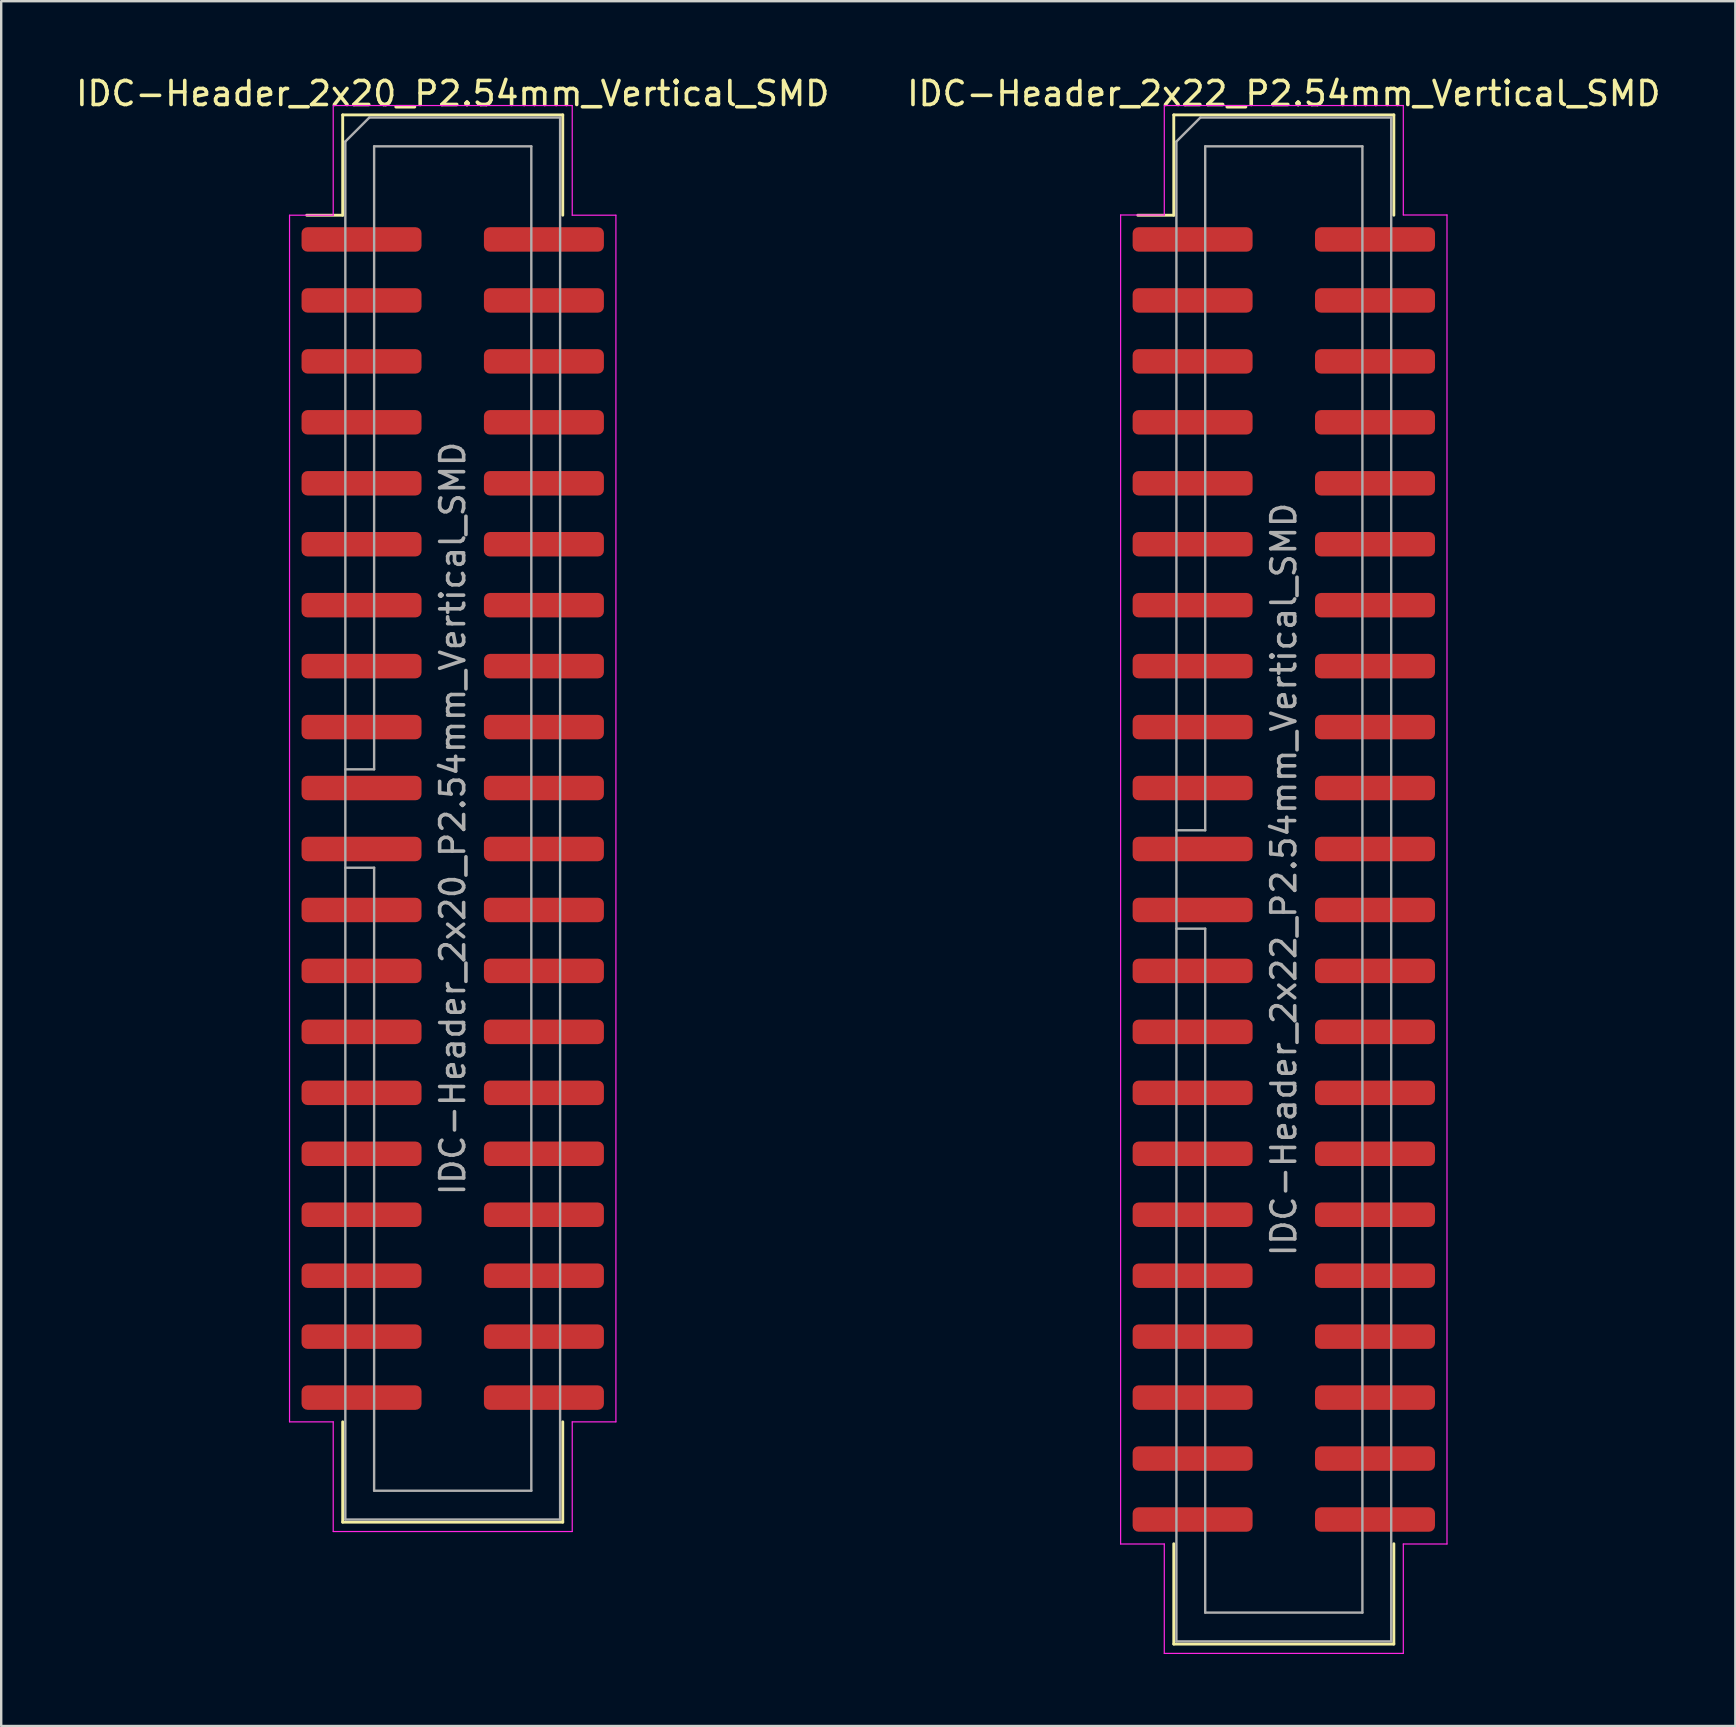
<source format=kicad_pcb>
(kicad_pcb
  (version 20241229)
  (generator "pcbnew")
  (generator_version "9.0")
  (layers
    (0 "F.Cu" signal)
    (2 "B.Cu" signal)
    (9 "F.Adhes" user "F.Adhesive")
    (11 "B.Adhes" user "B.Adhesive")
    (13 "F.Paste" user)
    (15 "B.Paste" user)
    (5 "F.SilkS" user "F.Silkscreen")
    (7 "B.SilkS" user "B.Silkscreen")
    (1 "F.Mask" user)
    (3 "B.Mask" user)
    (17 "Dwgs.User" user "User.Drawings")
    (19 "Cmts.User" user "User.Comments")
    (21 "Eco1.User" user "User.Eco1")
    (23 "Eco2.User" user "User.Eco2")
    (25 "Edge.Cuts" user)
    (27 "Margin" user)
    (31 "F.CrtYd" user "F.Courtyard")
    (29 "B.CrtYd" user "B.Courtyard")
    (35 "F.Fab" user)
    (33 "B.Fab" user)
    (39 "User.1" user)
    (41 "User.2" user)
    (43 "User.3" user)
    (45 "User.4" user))
  (footprint "IDC-Header_2x20_P2.54mm_Vertical_SMD"
    (layer "F.Cu")
    (at 15.815 31.058)
    (property "Reference" "IDC-Header_2x20_P2.54mm_Vertical_SMD" (at 0 -30.21 0) (layer "F.SilkS") (effects (font (size 1 1) (thickness 0.15))))
    (attr smd)
    (fp_line (start -4.585 -29.32) (end 4.585 -29.32) (stroke (width 0.12) (type solid)) (layer "F.SilkS"))
    (fp_line (start -4.585 -25.14) (end -6.085 -25.14) (stroke (width 0.12) (type solid)) (layer "F.SilkS"))
    (fp_line (start -4.585 -25.14) (end -4.585 -29.32) (stroke (width 0.12) (type solid)) (layer "F.SilkS"))
    (fp_line (start -4.585 25.14) (end -4.585 29.32) (stroke (width 0.12) (type solid)) (layer "F.SilkS"))
    (fp_line (start -4.585 29.32) (end 4.585 29.32) (stroke (width 0.12) (type solid)) (layer "F.SilkS"))
    (fp_line (start 4.585 -29.32) (end 4.585 -25.14) (stroke (width 0.12) (type solid)) (layer "F.SilkS"))
    (fp_line (start 4.585 29.32) (end 4.585 25.14) (stroke (width 0.12) (type solid)) (layer "F.SilkS"))
    (fp_line (start -6.8 -25.14) (end -6.8 25.14) (stroke (width 0.05) (type solid)) (layer "F.CrtYd"))
    (fp_line (start -6.8 25.14) (end -4.98 25.14) (stroke (width 0.05) (type solid)) (layer "F.CrtYd"))
    (fp_line (start -4.98 -29.71) (end -4.98 -25.14) (stroke (width 0.05) (type solid)) (layer "F.CrtYd"))
    (fp_line (start -4.98 -25.14) (end -6.8 -25.14) (stroke (width 0.05) (type solid)) (layer "F.CrtYd"))
    (fp_line (start -4.98 25.14) (end -4.98 29.71) (stroke (width 0.05) (type solid)) (layer "F.CrtYd"))
    (fp_line (start -4.98 29.71) (end 4.98 29.71) (stroke (width 0.05) (type solid)) (layer "F.CrtYd"))
    (fp_line (start 4.98 -29.71) (end -4.98 -29.71) (stroke (width 0.05) (type solid)) (layer "F.CrtYd"))
    (fp_line (start 4.98 -25.14) (end 4.98 -29.71) (stroke (width 0.05) (type solid)) (layer "F.CrtYd"))
    (fp_line (start 4.98 25.14) (end 6.8 25.14) (stroke (width 0.05) (type solid)) (layer "F.CrtYd"))
    (fp_line (start 4.98 29.71) (end 4.98 25.14) (stroke (width 0.05) (type solid)) (layer "F.CrtYd"))
    (fp_line (start 6.8 -25.14) (end 4.98 -25.14) (stroke (width 0.05) (type solid)) (layer "F.CrtYd"))
    (fp_line (start 6.8 25.14) (end 6.8 -25.14) (stroke (width 0.05) (type solid)) (layer "F.CrtYd"))
    (fp_line (start -4.475 -28.21) (end -3.475 -29.21) (stroke (width 0.1) (type solid)) (layer "F.Fab"))
    (fp_line (start -4.475 -2.05) (end -3.275 -2.05) (stroke (width 0.1) (type solid)) (layer "F.Fab"))
    (fp_line (start -4.475 29.21) (end -4.475 -28.21) (stroke (width 0.1) (type solid)) (layer "F.Fab"))
    (fp_line (start -3.475 -29.21) (end 4.475 -29.21) (stroke (width 0.1) (type solid)) (layer "F.Fab"))
    (fp_line (start -3.275 -28.01) (end 3.275 -28.01) (stroke (width 0.1) (type solid)) (layer "F.Fab"))
    (fp_line (start -3.275 -2.05) (end -3.275 -28.01) (stroke (width 0.1) (type solid)) (layer "F.Fab"))
    (fp_line (start -3.275 2.05) (end -4.475 2.05) (stroke (width 0.1) (type solid)) (layer "F.Fab"))
    (fp_line (start -3.275 28.01) (end -3.275 2.05) (stroke (width 0.1) (type solid)) (layer "F.Fab"))
    (fp_line (start 3.275 -28.01) (end 3.275 28.01) (stroke (width 0.1) (type solid)) (layer "F.Fab"))
    (fp_line (start 3.275 28.01) (end -3.275 28.01) (stroke (width 0.1) (type solid)) (layer "F.Fab"))
    (fp_line (start 4.475 -29.21) (end 4.475 29.21) (stroke (width 0.1) (type solid)) (layer "F.Fab"))
    (fp_line (start 4.475 29.21) (end -4.475 29.21) (stroke (width 0.1) (type solid)) (layer "F.Fab"))
    (fp_text user "${REFERENCE}" (at 0 0 90) (layer "F.Fab") (effects (font (size 1 1) (thickness 0.15))))
    (pad "1" smd roundrect (at -3.8 -24.13) (size 5 1.02) (layers "F.Cu" "F.Mask" "F.Paste") (roundrect_rratio 0.245))
    (pad "2" smd roundrect (at 3.8 -24.13) (size 5 1.02) (layers "F.Cu" "F.Mask" "F.Paste") (roundrect_rratio 0.245))
    (pad "3" smd roundrect (at -3.8 -21.59) (size 5 1.02) (layers "F.Cu" "F.Mask" "F.Paste") (roundrect_rratio 0.245))
    (pad "4" smd roundrect (at 3.8 -21.59) (size 5 1.02) (layers "F.Cu" "F.Mask" "F.Paste") (roundrect_rratio 0.245))
    (pad "5" smd roundrect (at -3.8 -19.05) (size 5 1.02) (layers "F.Cu" "F.Mask" "F.Paste") (roundrect_rratio 0.245))
    (pad "6" smd roundrect (at 3.8 -19.05) (size 5 1.02) (layers "F.Cu" "F.Mask" "F.Paste") (roundrect_rratio 0.245))
    (pad "7" smd roundrect (at -3.8 -16.51) (size 5 1.02) (layers "F.Cu" "F.Mask" "F.Paste") (roundrect_rratio 0.245))
    (pad "8" smd roundrect (at 3.8 -16.51) (size 5 1.02) (layers "F.Cu" "F.Mask" "F.Paste") (roundrect_rratio 0.245))
    (pad "9" smd roundrect (at -3.8 -13.97) (size 5 1.02) (layers "F.Cu" "F.Mask" "F.Paste") (roundrect_rratio 0.245))
    (pad "10" smd roundrect (at 3.8 -13.97) (size 5 1.02) (layers "F.Cu" "F.Mask" "F.Paste") (roundrect_rratio 0.245))
    (pad "11" smd roundrect (at -3.8 -11.43) (size 5 1.02) (layers "F.Cu" "F.Mask" "F.Paste") (roundrect_rratio 0.245))
    (pad "12" smd roundrect (at 3.8 -11.43) (size 5 1.02) (layers "F.Cu" "F.Mask" "F.Paste") (roundrect_rratio 0.245))
    (pad "13" smd roundrect (at -3.8 -8.89) (size 5 1.02) (layers "F.Cu" "F.Mask" "F.Paste") (roundrect_rratio 0.245))
    (pad "14" smd roundrect (at 3.8 -8.89) (size 5 1.02) (layers "F.Cu" "F.Mask" "F.Paste") (roundrect_rratio 0.245))
    (pad "15" smd roundrect (at -3.8 -6.35) (size 5 1.02) (layers "F.Cu" "F.Mask" "F.Paste") (roundrect_rratio 0.245))
    (pad "16" smd roundrect (at 3.8 -6.35) (size 5 1.02) (layers "F.Cu" "F.Mask" "F.Paste") (roundrect_rratio 0.245))
    (pad "17" smd roundrect (at -3.8 -3.81) (size 5 1.02) (layers "F.Cu" "F.Mask" "F.Paste") (roundrect_rratio 0.245))
    (pad "18" smd roundrect (at 3.8 -3.81) (size 5 1.02) (layers "F.Cu" "F.Mask" "F.Paste") (roundrect_rratio 0.245))
    (pad "19" smd roundrect (at -3.8 -1.27) (size 5 1.02) (layers "F.Cu" "F.Mask" "F.Paste") (roundrect_rratio 0.245))
    (pad "20" smd roundrect (at 3.8 -1.27) (size 5 1.02) (layers "F.Cu" "F.Mask" "F.Paste") (roundrect_rratio 0.245))
    (pad "21" smd roundrect (at -3.8 1.27) (size 5 1.02) (layers "F.Cu" "F.Mask" "F.Paste") (roundrect_rratio 0.245))
    (pad "22" smd roundrect (at 3.8 1.27) (size 5 1.02) (layers "F.Cu" "F.Mask" "F.Paste") (roundrect_rratio 0.245))
    (pad "23" smd roundrect (at -3.8 3.81) (size 5 1.02) (layers "F.Cu" "F.Mask" "F.Paste") (roundrect_rratio 0.245))
    (pad "24" smd roundrect (at 3.8 3.81) (size 5 1.02) (layers "F.Cu" "F.Mask" "F.Paste") (roundrect_rratio 0.245))
    (pad "25" smd roundrect (at -3.8 6.35) (size 5 1.02) (layers "F.Cu" "F.Mask" "F.Paste") (roundrect_rratio 0.245))
    (pad "26" smd roundrect (at 3.8 6.35) (size 5 1.02) (layers "F.Cu" "F.Mask" "F.Paste") (roundrect_rratio 0.245))
    (pad "27" smd roundrect (at -3.8 8.89) (size 5 1.02) (layers "F.Cu" "F.Mask" "F.Paste") (roundrect_rratio 0.245))
    (pad "28" smd roundrect (at 3.8 8.89) (size 5 1.02) (layers "F.Cu" "F.Mask" "F.Paste") (roundrect_rratio 0.245))
    (pad "29" smd roundrect (at -3.8 11.43) (size 5 1.02) (layers "F.Cu" "F.Mask" "F.Paste") (roundrect_rratio 0.245))
    (pad "30" smd roundrect (at 3.8 11.43) (size 5 1.02) (layers "F.Cu" "F.Mask" "F.Paste") (roundrect_rratio 0.245))
    (pad "31" smd roundrect (at -3.8 13.97) (size 5 1.02) (layers "F.Cu" "F.Mask" "F.Paste") (roundrect_rratio 0.245))
    (pad "32" smd roundrect (at 3.8 13.97) (size 5 1.02) (layers "F.Cu" "F.Mask" "F.Paste") (roundrect_rratio 0.245))
    (pad "33" smd roundrect (at -3.8 16.51) (size 5 1.02) (layers "F.Cu" "F.Mask" "F.Paste") (roundrect_rratio 0.245))
    (pad "34" smd roundrect (at 3.8 16.51) (size 5 1.02) (layers "F.Cu" "F.Mask" "F.Paste") (roundrect_rratio 0.245))
    (pad "35" smd roundrect (at -3.8 19.05) (size 5 1.02) (layers "F.Cu" "F.Mask" "F.Paste") (roundrect_rratio 0.245))
    (pad "36" smd roundrect (at 3.8 19.05) (size 5 1.02) (layers "F.Cu" "F.Mask" "F.Paste") (roundrect_rratio 0.245))
    (pad "37" smd roundrect (at -3.8 21.59) (size 5 1.02) (layers "F.Cu" "F.Mask" "F.Paste") (roundrect_rratio 0.245))
    (pad "38" smd roundrect (at 3.8 21.59) (size 5 1.02) (layers "F.Cu" "F.Mask" "F.Paste") (roundrect_rratio 0.245))
    (pad "39" smd roundrect (at -3.8 24.13) (size 5 1.02) (layers "F.Cu" "F.Mask" "F.Paste") (roundrect_rratio 0.245))
    (pad "40" smd roundrect (at 3.8 24.13) (size 5 1.02) (layers "F.Cu" "F.Mask" "F.Paste") (roundrect_rratio 0.245)))
  (footprint "IDC-Header_2x22_P2.54mm_Vertical_SMD"
    (layer "F.Cu")
    (at 50.446 33.598)
    (property "Reference" "IDC-Header_2x22_P2.54mm_Vertical_SMD" (at 0 -32.75 0) (layer "F.SilkS") (effects (font (size 1 1) (thickness 0.15))))
    (attr smd)
    (fp_line (start -4.585 -31.86) (end 4.585 -31.86) (stroke (width 0.12) (type solid)) (layer "F.SilkS"))
    (fp_line (start -4.585 -27.68) (end -6.085 -27.68) (stroke (width 0.12) (type solid)) (layer "F.SilkS"))
    (fp_line (start -4.585 -27.68) (end -4.585 -31.86) (stroke (width 0.12) (type solid)) (layer "F.SilkS"))
    (fp_line (start -4.585 27.68) (end -4.585 31.86) (stroke (width 0.12) (type solid)) (layer "F.SilkS"))
    (fp_line (start -4.585 31.86) (end 4.585 31.86) (stroke (width 0.12) (type solid)) (layer "F.SilkS"))
    (fp_line (start 4.585 -31.86) (end 4.585 -27.68) (stroke (width 0.12) (type solid)) (layer "F.SilkS"))
    (fp_line (start 4.585 31.86) (end 4.585 27.68) (stroke (width 0.12) (type solid)) (layer "F.SilkS"))
    (fp_line (start -6.8 -27.69) (end -6.8 27.69) (stroke (width 0.05) (type solid)) (layer "F.CrtYd"))
    (fp_line (start -6.8 27.69) (end -4.98 27.69) (stroke (width 0.05) (type solid)) (layer "F.CrtYd"))
    (fp_line (start -4.98 -32.25) (end -4.98 -27.69) (stroke (width 0.05) (type solid)) (layer "F.CrtYd"))
    (fp_line (start -4.98 -27.69) (end -6.8 -27.69) (stroke (width 0.05) (type solid)) (layer "F.CrtYd"))
    (fp_line (start -4.98 27.69) (end -4.98 32.25) (stroke (width 0.05) (type solid)) (layer "F.CrtYd"))
    (fp_line (start -4.98 32.25) (end 4.98 32.25) (stroke (width 0.05) (type solid)) (layer "F.CrtYd"))
    (fp_line (start 4.98 -32.25) (end -4.98 -32.25) (stroke (width 0.05) (type solid)) (layer "F.CrtYd"))
    (fp_line (start 4.98 -27.69) (end 4.98 -32.25) (stroke (width 0.05) (type solid)) (layer "F.CrtYd"))
    (fp_line (start 4.98 27.69) (end 6.8 27.69) (stroke (width 0.05) (type solid)) (layer "F.CrtYd"))
    (fp_line (start 4.98 32.25) (end 4.98 27.69) (stroke (width 0.05) (type solid)) (layer "F.CrtYd"))
    (fp_line (start 6.8 -27.69) (end 4.98 -27.69) (stroke (width 0.05) (type solid)) (layer "F.CrtYd"))
    (fp_line (start 6.8 27.69) (end 6.8 -27.69) (stroke (width 0.05) (type solid)) (layer "F.CrtYd"))
    (fp_line (start -4.475 -30.75) (end -3.475 -31.75) (stroke (width 0.1) (type solid)) (layer "F.Fab"))
    (fp_line (start -4.475 -2.05) (end -3.275 -2.05) (stroke (width 0.1) (type solid)) (layer "F.Fab"))
    (fp_line (start -4.475 31.75) (end -4.475 -30.75) (stroke (width 0.1) (type solid)) (layer "F.Fab"))
    (fp_line (start -3.475 -31.75) (end 4.475 -31.75) (stroke (width 0.1) (type solid)) (layer "F.Fab"))
    (fp_line (start -3.275 -30.55) (end 3.275 -30.55) (stroke (width 0.1) (type solid)) (layer "F.Fab"))
    (fp_line (start -3.275 -2.05) (end -3.275 -30.55) (stroke (width 0.1) (type solid)) (layer "F.Fab"))
    (fp_line (start -3.275 2.05) (end -4.475 2.05) (stroke (width 0.1) (type solid)) (layer "F.Fab"))
    (fp_line (start -3.275 30.55) (end -3.275 2.05) (stroke (width 0.1) (type solid)) (layer "F.Fab"))
    (fp_line (start 3.275 -30.55) (end 3.275 30.55) (stroke (width 0.1) (type solid)) (layer "F.Fab"))
    (fp_line (start 3.275 30.55) (end -3.275 30.55) (stroke (width 0.1) (type solid)) (layer "F.Fab"))
    (fp_line (start 4.475 -31.75) (end 4.475 31.75) (stroke (width 0.1) (type solid)) (layer "F.Fab"))
    (fp_line (start 4.475 31.75) (end -4.475 31.75) (stroke (width 0.1) (type solid)) (layer "F.Fab"))
    (fp_text user "${REFERENCE}" (at 0 0 90) (layer "F.Fab") (effects (font (size 1 1) (thickness 0.15))))
    (pad "1" smd roundrect (at -3.8 -26.67) (size 5 1.02) (layers "F.Cu" "F.Mask" "F.Paste") (roundrect_rratio 0.245))
    (pad "2" smd roundrect (at 3.8 -26.67) (size 5 1.02) (layers "F.Cu" "F.Mask" "F.Paste") (roundrect_rratio 0.245))
    (pad "3" smd roundrect (at -3.8 -24.13) (size 5 1.02) (layers "F.Cu" "F.Mask" "F.Paste") (roundrect_rratio 0.245))
    (pad "4" smd roundrect (at 3.8 -24.13) (size 5 1.02) (layers "F.Cu" "F.Mask" "F.Paste") (roundrect_rratio 0.245))
    (pad "5" smd roundrect (at -3.8 -21.59) (size 5 1.02) (layers "F.Cu" "F.Mask" "F.Paste") (roundrect_rratio 0.245))
    (pad "6" smd roundrect (at 3.8 -21.59) (size 5 1.02) (layers "F.Cu" "F.Mask" "F.Paste") (roundrect_rratio 0.245))
    (pad "7" smd roundrect (at -3.8 -19.05) (size 5 1.02) (layers "F.Cu" "F.Mask" "F.Paste") (roundrect_rratio 0.245))
    (pad "8" smd roundrect (at 3.8 -19.05) (size 5 1.02) (layers "F.Cu" "F.Mask" "F.Paste") (roundrect_rratio 0.245))
    (pad "9" smd roundrect (at -3.8 -16.51) (size 5 1.02) (layers "F.Cu" "F.Mask" "F.Paste") (roundrect_rratio 0.245))
    (pad "10" smd roundrect (at 3.8 -16.51) (size 5 1.02) (layers "F.Cu" "F.Mask" "F.Paste") (roundrect_rratio 0.245))
    (pad "11" smd roundrect (at -3.8 -13.97) (size 5 1.02) (layers "F.Cu" "F.Mask" "F.Paste") (roundrect_rratio 0.245))
    (pad "12" smd roundrect (at 3.8 -13.97) (size 5 1.02) (layers "F.Cu" "F.Mask" "F.Paste") (roundrect_rratio 0.245))
    (pad "13" smd roundrect (at -3.8 -11.43) (size 5 1.02) (layers "F.Cu" "F.Mask" "F.Paste") (roundrect_rratio 0.245))
    (pad "14" smd roundrect (at 3.8 -11.43) (size 5 1.02) (layers "F.Cu" "F.Mask" "F.Paste") (roundrect_rratio 0.245))
    (pad "15" smd roundrect (at -3.8 -8.89) (size 5 1.02) (layers "F.Cu" "F.Mask" "F.Paste") (roundrect_rratio 0.245))
    (pad "16" smd roundrect (at 3.8 -8.89) (size 5 1.02) (layers "F.Cu" "F.Mask" "F.Paste") (roundrect_rratio 0.245))
    (pad "17" smd roundrect (at -3.8 -6.35) (size 5 1.02) (layers "F.Cu" "F.Mask" "F.Paste") (roundrect_rratio 0.245))
    (pad "18" smd roundrect (at 3.8 -6.35) (size 5 1.02) (layers "F.Cu" "F.Mask" "F.Paste") (roundrect_rratio 0.245))
    (pad "19" smd roundrect (at -3.8 -3.81) (size 5 1.02) (layers "F.Cu" "F.Mask" "F.Paste") (roundrect_rratio 0.245))
    (pad "20" smd roundrect (at 3.8 -3.81) (size 5 1.02) (layers "F.Cu" "F.Mask" "F.Paste") (roundrect_rratio 0.245))
    (pad "21" smd roundrect (at -3.8 -1.27) (size 5 1.02) (layers "F.Cu" "F.Mask" "F.Paste") (roundrect_rratio 0.245))
    (pad "22" smd roundrect (at 3.8 -1.27) (size 5 1.02) (layers "F.Cu" "F.Mask" "F.Paste") (roundrect_rratio 0.245))
    (pad "23" smd roundrect (at -3.8 1.27) (size 5 1.02) (layers "F.Cu" "F.Mask" "F.Paste") (roundrect_rratio 0.245))
    (pad "24" smd roundrect (at 3.8 1.27) (size 5 1.02) (layers "F.Cu" "F.Mask" "F.Paste") (roundrect_rratio 0.245))
    (pad "25" smd roundrect (at -3.8 3.81) (size 5 1.02) (layers "F.Cu" "F.Mask" "F.Paste") (roundrect_rratio 0.245))
    (pad "26" smd roundrect (at 3.8 3.81) (size 5 1.02) (layers "F.Cu" "F.Mask" "F.Paste") (roundrect_rratio 0.245))
    (pad "27" smd roundrect (at -3.8 6.35) (size 5 1.02) (layers "F.Cu" "F.Mask" "F.Paste") (roundrect_rratio 0.245))
    (pad "28" smd roundrect (at 3.8 6.35) (size 5 1.02) (layers "F.Cu" "F.Mask" "F.Paste") (roundrect_rratio 0.245))
    (pad "29" smd roundrect (at -3.8 8.89) (size 5 1.02) (layers "F.Cu" "F.Mask" "F.Paste") (roundrect_rratio 0.245))
    (pad "30" smd roundrect (at 3.8 8.89) (size 5 1.02) (layers "F.Cu" "F.Mask" "F.Paste") (roundrect_rratio 0.245))
    (pad "31" smd roundrect (at -3.8 11.43) (size 5 1.02) (layers "F.Cu" "F.Mask" "F.Paste") (roundrect_rratio 0.245))
    (pad "32" smd roundrect (at 3.8 11.43) (size 5 1.02) (layers "F.Cu" "F.Mask" "F.Paste") (roundrect_rratio 0.245))
    (pad "33" smd roundrect (at -3.8 13.97) (size 5 1.02) (layers "F.Cu" "F.Mask" "F.Paste") (roundrect_rratio 0.245))
    (pad "34" smd roundrect (at 3.8 13.97) (size 5 1.02) (layers "F.Cu" "F.Mask" "F.Paste") (roundrect_rratio 0.245))
    (pad "35" smd roundrect (at -3.8 16.51) (size 5 1.02) (layers "F.Cu" "F.Mask" "F.Paste") (roundrect_rratio 0.245))
    (pad "36" smd roundrect (at 3.8 16.51) (size 5 1.02) (layers "F.Cu" "F.Mask" "F.Paste") (roundrect_rratio 0.245))
    (pad "37" smd roundrect (at -3.8 19.05) (size 5 1.02) (layers "F.Cu" "F.Mask" "F.Paste") (roundrect_rratio 0.245))
    (pad "38" smd roundrect (at 3.8 19.05) (size 5 1.02) (layers "F.Cu" "F.Mask" "F.Paste") (roundrect_rratio 0.245))
    (pad "39" smd roundrect (at -3.8 21.59) (size 5 1.02) (layers "F.Cu" "F.Mask" "F.Paste") (roundrect_rratio 0.245))
    (pad "40" smd roundrect (at 3.8 21.59) (size 5 1.02) (layers "F.Cu" "F.Mask" "F.Paste") (roundrect_rratio 0.245))
    (pad "41" smd roundrect (at -3.8 24.13) (size 5 1.02) (layers "F.Cu" "F.Mask" "F.Paste") (roundrect_rratio 0.245))
    (pad "42" smd roundrect (at 3.8 24.13) (size 5 1.02) (layers "F.Cu" "F.Mask" "F.Paste") (roundrect_rratio 0.245))
    (pad "43" smd roundrect (at -3.8 26.67) (size 5 1.02) (layers "F.Cu" "F.Mask" "F.Paste") (roundrect_rratio 0.245))
    (pad "44" smd roundrect (at 3.8 26.67) (size 5 1.02) (layers "F.Cu" "F.Mask" "F.Paste") (roundrect_rratio 0.245)))
  (gr_rect
    (start -3 -3)
    (end 69.262 68.873)
    (stroke (width 0.1) (type default))
    (fill no)
    (layer "Edge.Cuts")))
</source>
